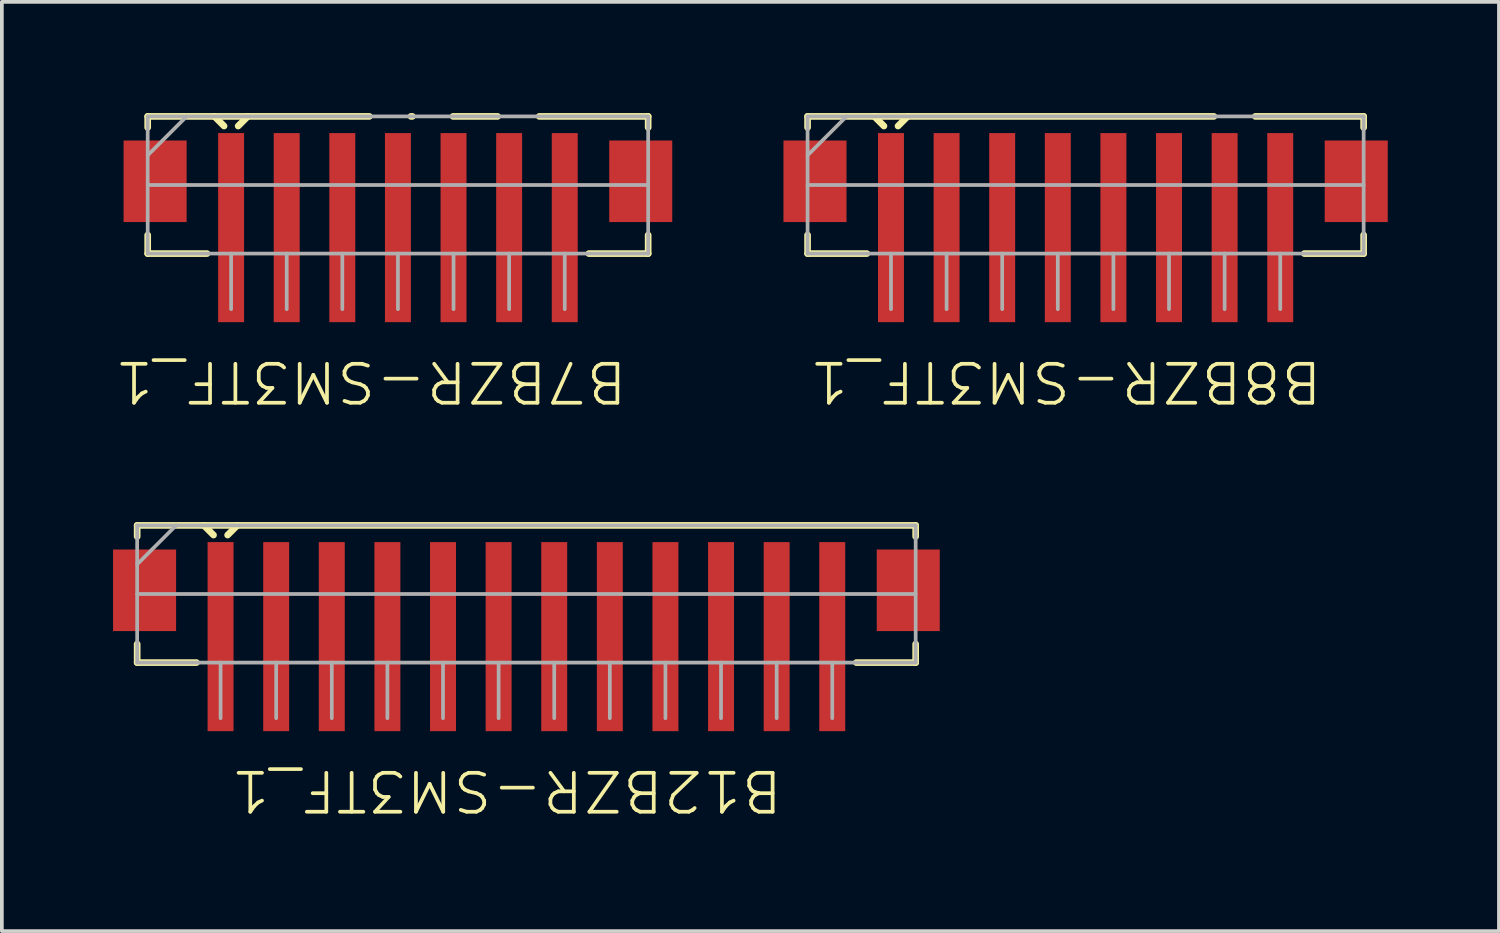
<source format=kicad_pcb>
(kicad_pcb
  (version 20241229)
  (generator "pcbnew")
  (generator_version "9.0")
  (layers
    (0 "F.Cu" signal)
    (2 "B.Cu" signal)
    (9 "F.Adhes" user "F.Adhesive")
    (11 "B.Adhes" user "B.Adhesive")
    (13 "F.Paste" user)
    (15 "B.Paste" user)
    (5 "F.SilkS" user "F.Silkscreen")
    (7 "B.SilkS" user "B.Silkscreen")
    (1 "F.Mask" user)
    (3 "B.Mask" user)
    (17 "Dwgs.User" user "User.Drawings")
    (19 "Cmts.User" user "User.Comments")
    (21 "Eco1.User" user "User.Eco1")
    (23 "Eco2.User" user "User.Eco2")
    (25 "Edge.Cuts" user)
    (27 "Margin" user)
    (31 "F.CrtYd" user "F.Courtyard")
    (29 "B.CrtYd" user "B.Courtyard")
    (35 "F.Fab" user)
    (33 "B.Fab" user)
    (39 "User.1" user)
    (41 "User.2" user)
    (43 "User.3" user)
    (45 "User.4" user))
  (footprint "B12BZR-SM3TF_1"
    (layer "F.Cu")
    (at 11.15 12.973)
    (property "Reference" "B12BZR-SM3TF_1" (at -0.535 5.304 180) (unlocked yes) (layer "F.SilkS") (effects (font (size 1.05 1.104) (thickness 0.1))))
    (attr smd)
    (fp_line (start -10.5 -1.85) (end 10.5 -1.85) (stroke (width 0.18) (type solid)) (layer "F.SilkS"))
    (fp_line (start -10.5 -1.55) (end -10.5 -1.85) (stroke (width 0.18) (type solid)) (layer "F.SilkS"))
    (fp_line (start -10.5 1.85) (end -10.5 1.35) (stroke (width 0.18) (type solid)) (layer "F.SilkS"))
    (fp_line (start -10.5 1.85) (end -8.9 1.85) (stroke (width 0.18) (type solid)) (layer "F.SilkS"))
    (fp_line (start -8.7 -1.85) (end -8.44 -1.59) (stroke (width 0.18) (type solid)) (layer "F.SilkS"))
    (fp_line (start -8.06 -1.59) (end -7.8 -1.85) (stroke (width 0.18) (type solid)) (layer "F.SilkS"))
    (fp_line (start 8.9 1.85) (end 10.5 1.85) (stroke (width 0.18) (type solid)) (layer "F.SilkS"))
    (fp_line (start 10.5 -1.55) (end 10.5 -1.85) (stroke (width 0.18) (type solid)) (layer "F.SilkS"))
    (fp_line (start 10.5 1.85) (end 10.5 1.35) (stroke (width 0.18) (type solid)) (layer "F.SilkS"))
    (fp_line (start -10.5 -1.85) (end 10.5 -1.85) (stroke (width 0.1) (type solid)) (layer "F.Fab"))
    (fp_line (start -10.5 -0.8) (end -9.45 -1.85) (stroke (width 0.1) (type solid)) (layer "F.Fab"))
    (fp_line (start -10.5 0) (end 10.5 0) (stroke (width 0.1) (type solid)) (layer "F.Fab"))
    (fp_line (start -10.5 1.85) (end -10.5 -1.85) (stroke (width 0.1) (type solid)) (layer "F.Fab"))
    (fp_line (start -10.5 1.85) (end 10.5 1.85) (stroke (width 0.1) (type solid)) (layer "F.Fab"))
    (fp_line (start -8.25 3.35) (end -8.25 1.85) (stroke (width 0.1) (type solid)) (layer "F.Fab"))
    (fp_line (start -6.75 3.35) (end -6.75 1.85) (stroke (width 0.1) (type solid)) (layer "F.Fab"))
    (fp_line (start -5.25 3.35) (end -5.25 1.85) (stroke (width 0.1) (type solid)) (layer "F.Fab"))
    (fp_line (start -3.75 3.35) (end -3.75 1.85) (stroke (width 0.1) (type solid)) (layer "F.Fab"))
    (fp_line (start -2.25 3.35) (end -2.25 1.85) (stroke (width 0.1) (type solid)) (layer "F.Fab"))
    (fp_line (start -0.75 3.35) (end -0.75 1.85) (stroke (width 0.1) (type solid)) (layer "F.Fab"))
    (fp_line (start 0.75 3.35) (end 0.75 1.85) (stroke (width 0.1) (type solid)) (layer "F.Fab"))
    (fp_line (start 2.25 3.35) (end 2.25 1.85) (stroke (width 0.1) (type solid)) (layer "F.Fab"))
    (fp_line (start 3.75 3.35) (end 3.75 1.85) (stroke (width 0.1) (type solid)) (layer "F.Fab"))
    (fp_line (start 5.25 3.35) (end 5.25 1.85) (stroke (width 0.1) (type solid)) (layer "F.Fab"))
    (fp_line (start 6.75 3.35) (end 6.75 1.85) (stroke (width 0.1) (type solid)) (layer "F.Fab"))
    (fp_line (start 8.25 3.35) (end 8.25 1.85) (stroke (width 0.1) (type solid)) (layer "F.Fab"))
    (fp_line (start 10.5 1.85) (end 10.5 -1.85) (stroke (width 0.1) (type solid)) (layer "F.Fab"))
    (pad "1" smd rect (at -8.25 1.15) (size 0.7 5.1) (layers "F.Cu" "F.Mask" "F.Paste"))
    (pad "2" smd rect (at -6.75 1.15) (size 0.7 5.1) (layers "F.Cu" "F.Mask" "F.Paste"))
    (pad "3" smd rect (at -5.25 1.15) (size 0.7 5.1) (layers "F.Cu" "F.Mask" "F.Paste"))
    (pad "4" smd rect (at -3.75 1.15) (size 0.7 5.1) (layers "F.Cu" "F.Mask" "F.Paste"))
    (pad "5" smd rect (at -2.25 1.15) (size 0.7 5.1) (layers "F.Cu" "F.Mask" "F.Paste"))
    (pad "6" smd rect (at -0.75 1.15) (size 0.7 5.1) (layers "F.Cu" "F.Mask" "F.Paste"))
    (pad "7" smd rect (at 0.75 1.15) (size 0.7 5.1) (layers "F.Cu" "F.Mask" "F.Paste"))
    (pad "8" smd rect (at 2.25 1.15) (size 0.7 5.1) (layers "F.Cu" "F.Mask" "F.Paste"))
    (pad "9" smd rect (at 3.75 1.15) (size 0.7 5.1) (layers "F.Cu" "F.Mask" "F.Paste"))
    (pad "10" smd rect (at 5.25 1.15) (size 0.7 5.1) (layers "F.Cu" "F.Mask" "F.Paste"))
    (pad "11" smd rect (at 6.75 1.15) (size 0.7 5.1) (layers "F.Cu" "F.Mask" "F.Paste"))
    (pad "12" smd rect (at 8.25 1.15) (size 0.7 5.1) (layers "F.Cu" "F.Mask" "F.Paste"))
    (pad "13" smd rect (at 10.3 -0.1) (size 1.7 2.2) (layers "F.Cu" "F.Mask" "F.Paste"))
    (pad "14" smd rect (at -10.3 -0.1) (size 1.7 2.2) (layers "F.Cu" "F.Mask" "F.Paste")))
  (footprint "B8BZR-SM3TF_1"
    (layer "F.Cu")
    (at 26.234 1.94)
    (property "Reference" "B8BZR-SM3TF_1" (at -0.537 5.304 180) (unlocked yes) (layer "F.SilkS") (effects (font (size 1.05 1.104) (thickness 0.1))))
    (attr smd)
    (fp_line (start -7.5 -1.85) (end 3.46 -1.85) (stroke (width 0.18) (type solid)) (layer "F.SilkS"))
    (fp_line (start -7.5 -1.55) (end -7.5 -1.85) (stroke (width 0.18) (type solid)) (layer "F.SilkS"))
    (fp_line (start -7.5 1.85) (end -7.5 1.35) (stroke (width 0.18) (type solid)) (layer "F.SilkS"))
    (fp_line (start -7.5 1.85) (end -5.9 1.85) (stroke (width 0.18) (type solid)) (layer "F.SilkS"))
    (fp_line (start -5.7 -1.85) (end -5.44 -1.59) (stroke (width 0.18) (type solid)) (layer "F.SilkS"))
    (fp_line (start -5.06 -1.59) (end -4.8 -1.85) (stroke (width 0.18) (type solid)) (layer "F.SilkS"))
    (fp_line (start 4.578 -1.85) (end 7.5 -1.85) (stroke (width 0.18) (type solid)) (layer "F.SilkS"))
    (fp_line (start 5.9 1.85) (end 7.5 1.85) (stroke (width 0.18) (type solid)) (layer "F.SilkS"))
    (fp_line (start 7.5 -1.55) (end 7.5 -1.85) (stroke (width 0.18) (type solid)) (layer "F.SilkS"))
    (fp_line (start 7.5 1.85) (end 7.5 1.35) (stroke (width 0.18) (type solid)) (layer "F.SilkS"))
    (fp_line (start -7.5 -1.85) (end 7.5 -1.85) (stroke (width 0.1) (type solid)) (layer "F.Fab"))
    (fp_line (start -7.5 -0.8) (end -6.45 -1.85) (stroke (width 0.1) (type solid)) (layer "F.Fab"))
    (fp_line (start -7.5 0) (end 7.5 0) (stroke (width 0.1) (type solid)) (layer "F.Fab"))
    (fp_line (start -7.5 1.85) (end -7.5 -1.85) (stroke (width 0.1) (type solid)) (layer "F.Fab"))
    (fp_line (start -7.5 1.85) (end 7.5 1.85) (stroke (width 0.1) (type solid)) (layer "F.Fab"))
    (fp_line (start -5.25 3.35) (end -5.25 1.85) (stroke (width 0.1) (type solid)) (layer "F.Fab"))
    (fp_line (start -3.75 3.35) (end -3.75 1.85) (stroke (width 0.1) (type solid)) (layer "F.Fab"))
    (fp_line (start -2.25 3.35) (end -2.25 1.85) (stroke (width 0.1) (type solid)) (layer "F.Fab"))
    (fp_line (start -0.75 3.35) (end -0.75 1.85) (stroke (width 0.1) (type solid)) (layer "F.Fab"))
    (fp_line (start 0.75 3.35) (end 0.75 1.85) (stroke (width 0.1) (type solid)) (layer "F.Fab"))
    (fp_line (start 2.25 3.35) (end 2.25 1.85) (stroke (width 0.1) (type solid)) (layer "F.Fab"))
    (fp_line (start 3.75 3.35) (end 3.75 1.85) (stroke (width 0.1) (type solid)) (layer "F.Fab"))
    (fp_line (start 5.25 3.35) (end 5.25 1.85) (stroke (width 0.1) (type solid)) (layer "F.Fab"))
    (fp_line (start 7.5 1.85) (end 7.5 -1.85) (stroke (width 0.1) (type solid)) (layer "F.Fab"))
    (pad "1" smd rect (at -5.25 1.15) (size 0.7 5.1) (layers "F.Cu" "F.Mask" "F.Paste"))
    (pad "2" smd rect (at -3.75 1.15) (size 0.7 5.1) (layers "F.Cu" "F.Mask" "F.Paste"))
    (pad "3" smd rect (at -2.25 1.15) (size 0.7 5.1) (layers "F.Cu" "F.Mask" "F.Paste"))
    (pad "4" smd rect (at -0.75 1.15) (size 0.7 5.1) (layers "F.Cu" "F.Mask" "F.Paste"))
    (pad "5" smd rect (at 0.75 1.15) (size 0.7 5.1) (layers "F.Cu" "F.Mask" "F.Paste"))
    (pad "6" smd rect (at 2.25 1.15) (size 0.7 5.1) (layers "F.Cu" "F.Mask" "F.Paste"))
    (pad "7" smd rect (at 3.75 1.15) (size 0.7 5.1) (layers "F.Cu" "F.Mask" "F.Paste"))
    (pad "8" smd rect (at 5.25 1.15) (size 0.7 5.1) (layers "F.Cu" "F.Mask" "F.Paste"))
    (pad "9" smd rect (at 7.3 -0.1) (size 1.7 2.2) (layers "F.Cu" "F.Mask" "F.Paste"))
    (pad "10" smd rect (at -7.3 -0.1) (size 1.7 2.2) (layers "F.Cu" "F.Mask" "F.Paste")))
  (footprint "B7BZR-SM3TF_1"
    (layer "F.Cu")
    (at 7.684 1.94)
    (property "Reference" "B7BZR-SM3TF_1" (at -0.731 5.304 180) (unlocked yes) (layer "F.SilkS") (effects (font (size 1.05 1.104) (thickness 0.1))))
    (attr smd)
    (fp_line (start -6.75 -1.85) (end -0.771 -1.85) (stroke (width 0.18) (type solid)) (layer "F.SilkS"))
    (fp_line (start -6.75 -1.55) (end -6.75 -1.85) (stroke (width 0.18) (type solid)) (layer "F.SilkS"))
    (fp_line (start -6.75 1.85) (end -6.75 1.35) (stroke (width 0.18) (type solid)) (layer "F.SilkS"))
    (fp_line (start -6.75 1.85) (end -5.15 1.85) (stroke (width 0.18) (type solid)) (layer "F.SilkS"))
    (fp_line (start -4.95 -1.85) (end -4.69 -1.59) (stroke (width 0.18) (type solid)) (layer "F.SilkS"))
    (fp_line (start -4.31 -1.59) (end -4.05 -1.85) (stroke (width 0.18) (type solid)) (layer "F.SilkS"))
    (fp_line (start 0.352 -1.85) (end 0.389 -1.85) (stroke (width 0.18) (type solid)) (layer "F.SilkS"))
    (fp_line (start 1.486 -1.85) (end 2.689 -1.85) (stroke (width 0.18) (type solid)) (layer "F.SilkS"))
    (fp_line (start 3.812 -1.85) (end 6.75 -1.85) (stroke (width 0.18) (type solid)) (layer "F.SilkS"))
    (fp_line (start 5.15 1.85) (end 6.75 1.85) (stroke (width 0.18) (type solid)) (layer "F.SilkS"))
    (fp_line (start 6.75 -1.55) (end 6.75 -1.85) (stroke (width 0.18) (type solid)) (layer "F.SilkS"))
    (fp_line (start 6.75 1.85) (end 6.75 1.35) (stroke (width 0.18) (type solid)) (layer "F.SilkS"))
    (fp_line (start -6.75 -1.85) (end 6.75 -1.85) (stroke (width 0.1) (type solid)) (layer "F.Fab"))
    (fp_line (start -6.75 -0.8) (end -5.7 -1.85) (stroke (width 0.1) (type solid)) (layer "F.Fab"))
    (fp_line (start -6.75 0) (end 6.75 0) (stroke (width 0.1) (type solid)) (layer "F.Fab"))
    (fp_line (start -6.75 1.85) (end -6.75 -1.85) (stroke (width 0.1) (type solid)) (layer "F.Fab"))
    (fp_line (start -6.75 1.85) (end 6.75 1.85) (stroke (width 0.1) (type solid)) (layer "F.Fab"))
    (fp_line (start -4.5 3.35) (end -4.5 1.85) (stroke (width 0.1) (type solid)) (layer "F.Fab"))
    (fp_line (start -3 3.35) (end -3 1.85) (stroke (width 0.1) (type solid)) (layer "F.Fab"))
    (fp_line (start -1.5 3.35) (end -1.5 1.85) (stroke (width 0.1) (type solid)) (layer "F.Fab"))
    (fp_line (start 0 3.35) (end 0 1.85) (stroke (width 0.1) (type solid)) (layer "F.Fab"))
    (fp_line (start 1.5 3.35) (end 1.5 1.85) (stroke (width 0.1) (type solid)) (layer "F.Fab"))
    (fp_line (start 3 3.35) (end 3 1.85) (stroke (width 0.1) (type solid)) (layer "F.Fab"))
    (fp_line (start 4.5 3.35) (end 4.5 1.85) (stroke (width 0.1) (type solid)) (layer "F.Fab"))
    (fp_line (start 6.75 1.85) (end 6.75 -1.85) (stroke (width 0.1) (type solid)) (layer "F.Fab"))
    (pad "1" smd rect (at -4.5 1.15) (size 0.7 5.1) (layers "F.Cu" "F.Mask" "F.Paste"))
    (pad "2" smd rect (at -3 1.15) (size 0.7 5.1) (layers "F.Cu" "F.Mask" "F.Paste"))
    (pad "3" smd rect (at -1.5 1.15) (size 0.7 5.1) (layers "F.Cu" "F.Mask" "F.Paste"))
    (pad "4" smd rect (at 0 1.15) (size 0.7 5.1) (layers "F.Cu" "F.Mask" "F.Paste"))
    (pad "5" smd rect (at 1.5 1.15) (size 0.7 5.1) (layers "F.Cu" "F.Mask" "F.Paste"))
    (pad "6" smd rect (at 3 1.15) (size 0.7 5.1) (layers "F.Cu" "F.Mask" "F.Paste"))
    (pad "7" smd rect (at 4.5 1.15) (size 0.7 5.1) (layers "F.Cu" "F.Mask" "F.Paste"))
    (pad "8" smd rect (at 6.55 -0.1) (size 1.7 2.2) (layers "F.Cu" "F.Mask" "F.Paste"))
    (pad "9" smd rect (at -6.55 -0.1) (size 1.7 2.2) (layers "F.Cu" "F.Mask" "F.Paste")))
  (gr_rect
    (start -3 -3)
    (end 37.384 22.066)
    (stroke (width 0.1) (type default))
    (fill no)
    (layer "Edge.Cuts")))
</source>
